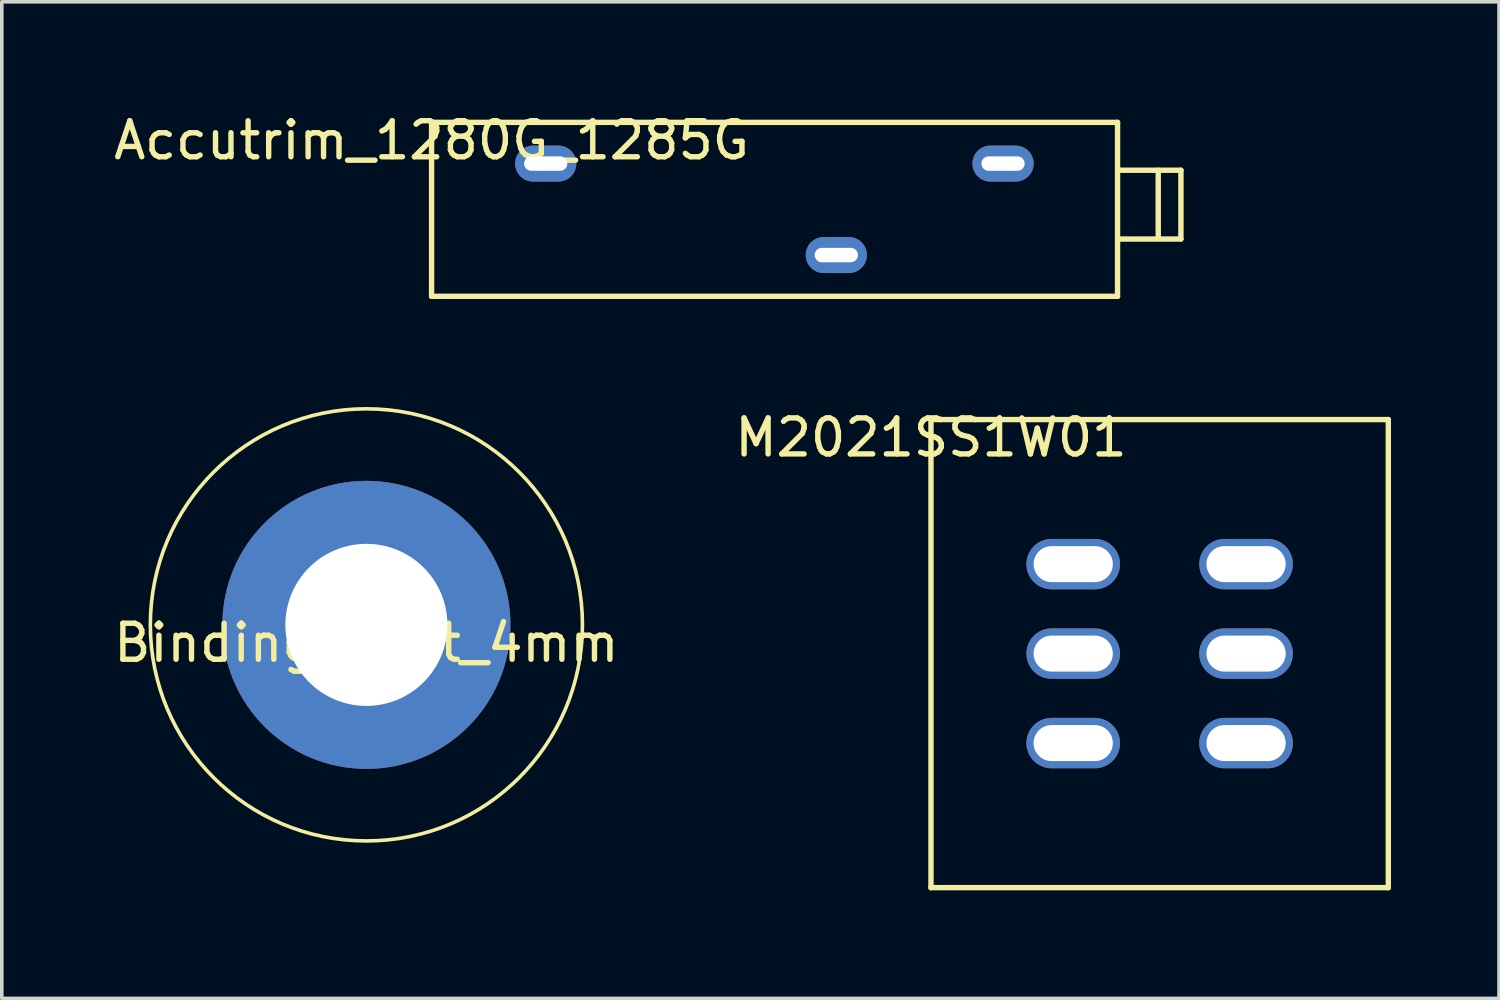
<source format=kicad_pcb>
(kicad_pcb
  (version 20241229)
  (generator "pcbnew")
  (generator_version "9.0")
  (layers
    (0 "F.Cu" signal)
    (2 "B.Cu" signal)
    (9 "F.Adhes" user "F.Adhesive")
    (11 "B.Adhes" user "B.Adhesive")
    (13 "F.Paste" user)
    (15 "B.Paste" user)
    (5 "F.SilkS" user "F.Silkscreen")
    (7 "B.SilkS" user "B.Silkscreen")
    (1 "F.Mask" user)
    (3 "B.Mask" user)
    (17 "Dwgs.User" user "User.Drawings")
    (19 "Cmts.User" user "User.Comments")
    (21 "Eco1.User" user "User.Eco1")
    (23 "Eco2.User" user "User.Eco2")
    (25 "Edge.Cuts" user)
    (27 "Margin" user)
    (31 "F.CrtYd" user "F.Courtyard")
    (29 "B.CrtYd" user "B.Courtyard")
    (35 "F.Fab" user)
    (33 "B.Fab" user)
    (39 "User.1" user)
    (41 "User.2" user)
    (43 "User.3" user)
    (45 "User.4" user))
  (footprint "Accutrim_1280G_1285G"
    (layer "F.Cu")
    (at 8.935 0.348)
    (property "Reference" "Accutrim_1280G_1285G" (at 0 0.5 0) (layer "F.SilkS") (effects (font (size 1 1) (thickness 0.15))))
    (attr through_hole)
    (fp_line (start 0 0) (end 0 4.83) (stroke (width 0.15) (type solid)) (layer "F.SilkS"))
    (fp_line (start 0 0) (end 19.05 0) (stroke (width 0.15) (type solid)) (layer "F.SilkS"))
    (fp_line (start 19.05 0) (end 19.05 4.83) (stroke (width 0.15) (type solid)) (layer "F.SilkS"))
    (fp_line (start 19.05 4.83) (end 0 4.83) (stroke (width 0.15) (type solid)) (layer "F.SilkS"))
    (fp_line (start 19.07 1.33) (end 20.81 1.33) (stroke (width 0.15) (type solid)) (layer "F.SilkS"))
    (fp_line (start 20.18 1.33) (end 20.18 3.22) (stroke (width 0.15) (type solid)) (layer "F.SilkS"))
    (fp_line (start 20.81 1.33) (end 20.81 3.24) (stroke (width 0.15) (type solid)) (layer "F.SilkS"))
    (fp_line (start 20.81 3.24) (end 19.06 3.24) (stroke (width 0.15) (type solid)) (layer "F.SilkS"))
    (pad "1" thru_hole oval (at 3.17 1.145) (size 1.7 1) (drill oval 1.2 0.4) (layers "*.Cu" "*.Mask"))
    (pad "2" thru_hole oval (at 11.24 3.685) (size 1.7 1) (drill oval 1.2 0.4) (layers "*.Cu" "*.Mask"))
    (pad "3" thru_hole oval (at 15.87 1.145) (size 1.7 1) (drill oval 1.2 0.4) (layers "*.Cu" "*.Mask")))
  (footprint "Binding_Post_4mm"
    (layer "F.Cu")
    (at 7.125 14.303)
    (property "Reference" "Binding_Post_4mm" (at 0 0.5 0) (layer "F.SilkS") (effects (font (size 1 1) (thickness 0.15))))
    (attr through_hole)
    (fp_circle (center 0 0) (end 6 0) (stroke (width 0.1) (type solid)) (fill no) (layer "F.SilkS"))
    (pad "1" thru_hole circle (at 0 0) (size 8 8) (drill 4.5) (layers "*.Cu" "*.Mask")))
  (footprint "M2021SS1W01"
    (layer "F.Cu")
    (at 22.804 8.601)
    (property "Reference" "M2021SS1W01" (at 0 0.5 0) (layer "F.SilkS") (effects (font (size 1 1) (thickness 0.15))))
    (attr through_hole)
    (fp_line (start 0 0) (end 0 13) (stroke (width 0.15) (type solid)) (layer "F.SilkS"))
    (fp_line (start 0 0) (end 12.7 0) (stroke (width 0.15) (type solid)) (layer "F.SilkS"))
    (fp_line (start 0 13) (end 12.7 13) (stroke (width 0.15) (type solid)) (layer "F.SilkS"))
    (fp_line (start 12.7 0) (end 12.7 13) (stroke (width 0.15) (type solid)) (layer "F.SilkS"))
    (pad "1" thru_hole oval (at 3.95 8.985) (size 2.6 1.4) (drill oval 2.2 1) (layers "*.Cu" "*.Mask"))
    (pad "2" thru_hole oval (at 3.95 6.5) (size 2.6 1.4) (drill oval 2.2 1) (layers "*.Cu" "*.Mask"))
    (pad "3" thru_hole oval (at 3.95 4.015) (size 2.6 1.4) (drill oval 2.2 1) (layers "*.Cu" "*.Mask"))
    (pad "4" thru_hole oval (at 8.75 8.985) (size 2.6 1.4) (drill oval 2.2 1) (layers "*.Cu" "*.Mask"))
    (pad "5" thru_hole oval (at 8.75 6.5) (size 2.6 1.4) (drill oval 2.2 1) (layers "*.Cu" "*.Mask"))
    (pad "6" thru_hole oval (at 8.75 4.015) (size 2.6 1.4) (drill oval 2.2 1) (layers "*.Cu" "*.Mask")))
  (gr_rect
    (start -3 -3)
    (end 38.579 24.677)
    (stroke (width 0.1) (type default))
    (fill no)
    (layer "Edge.Cuts")))
</source>
